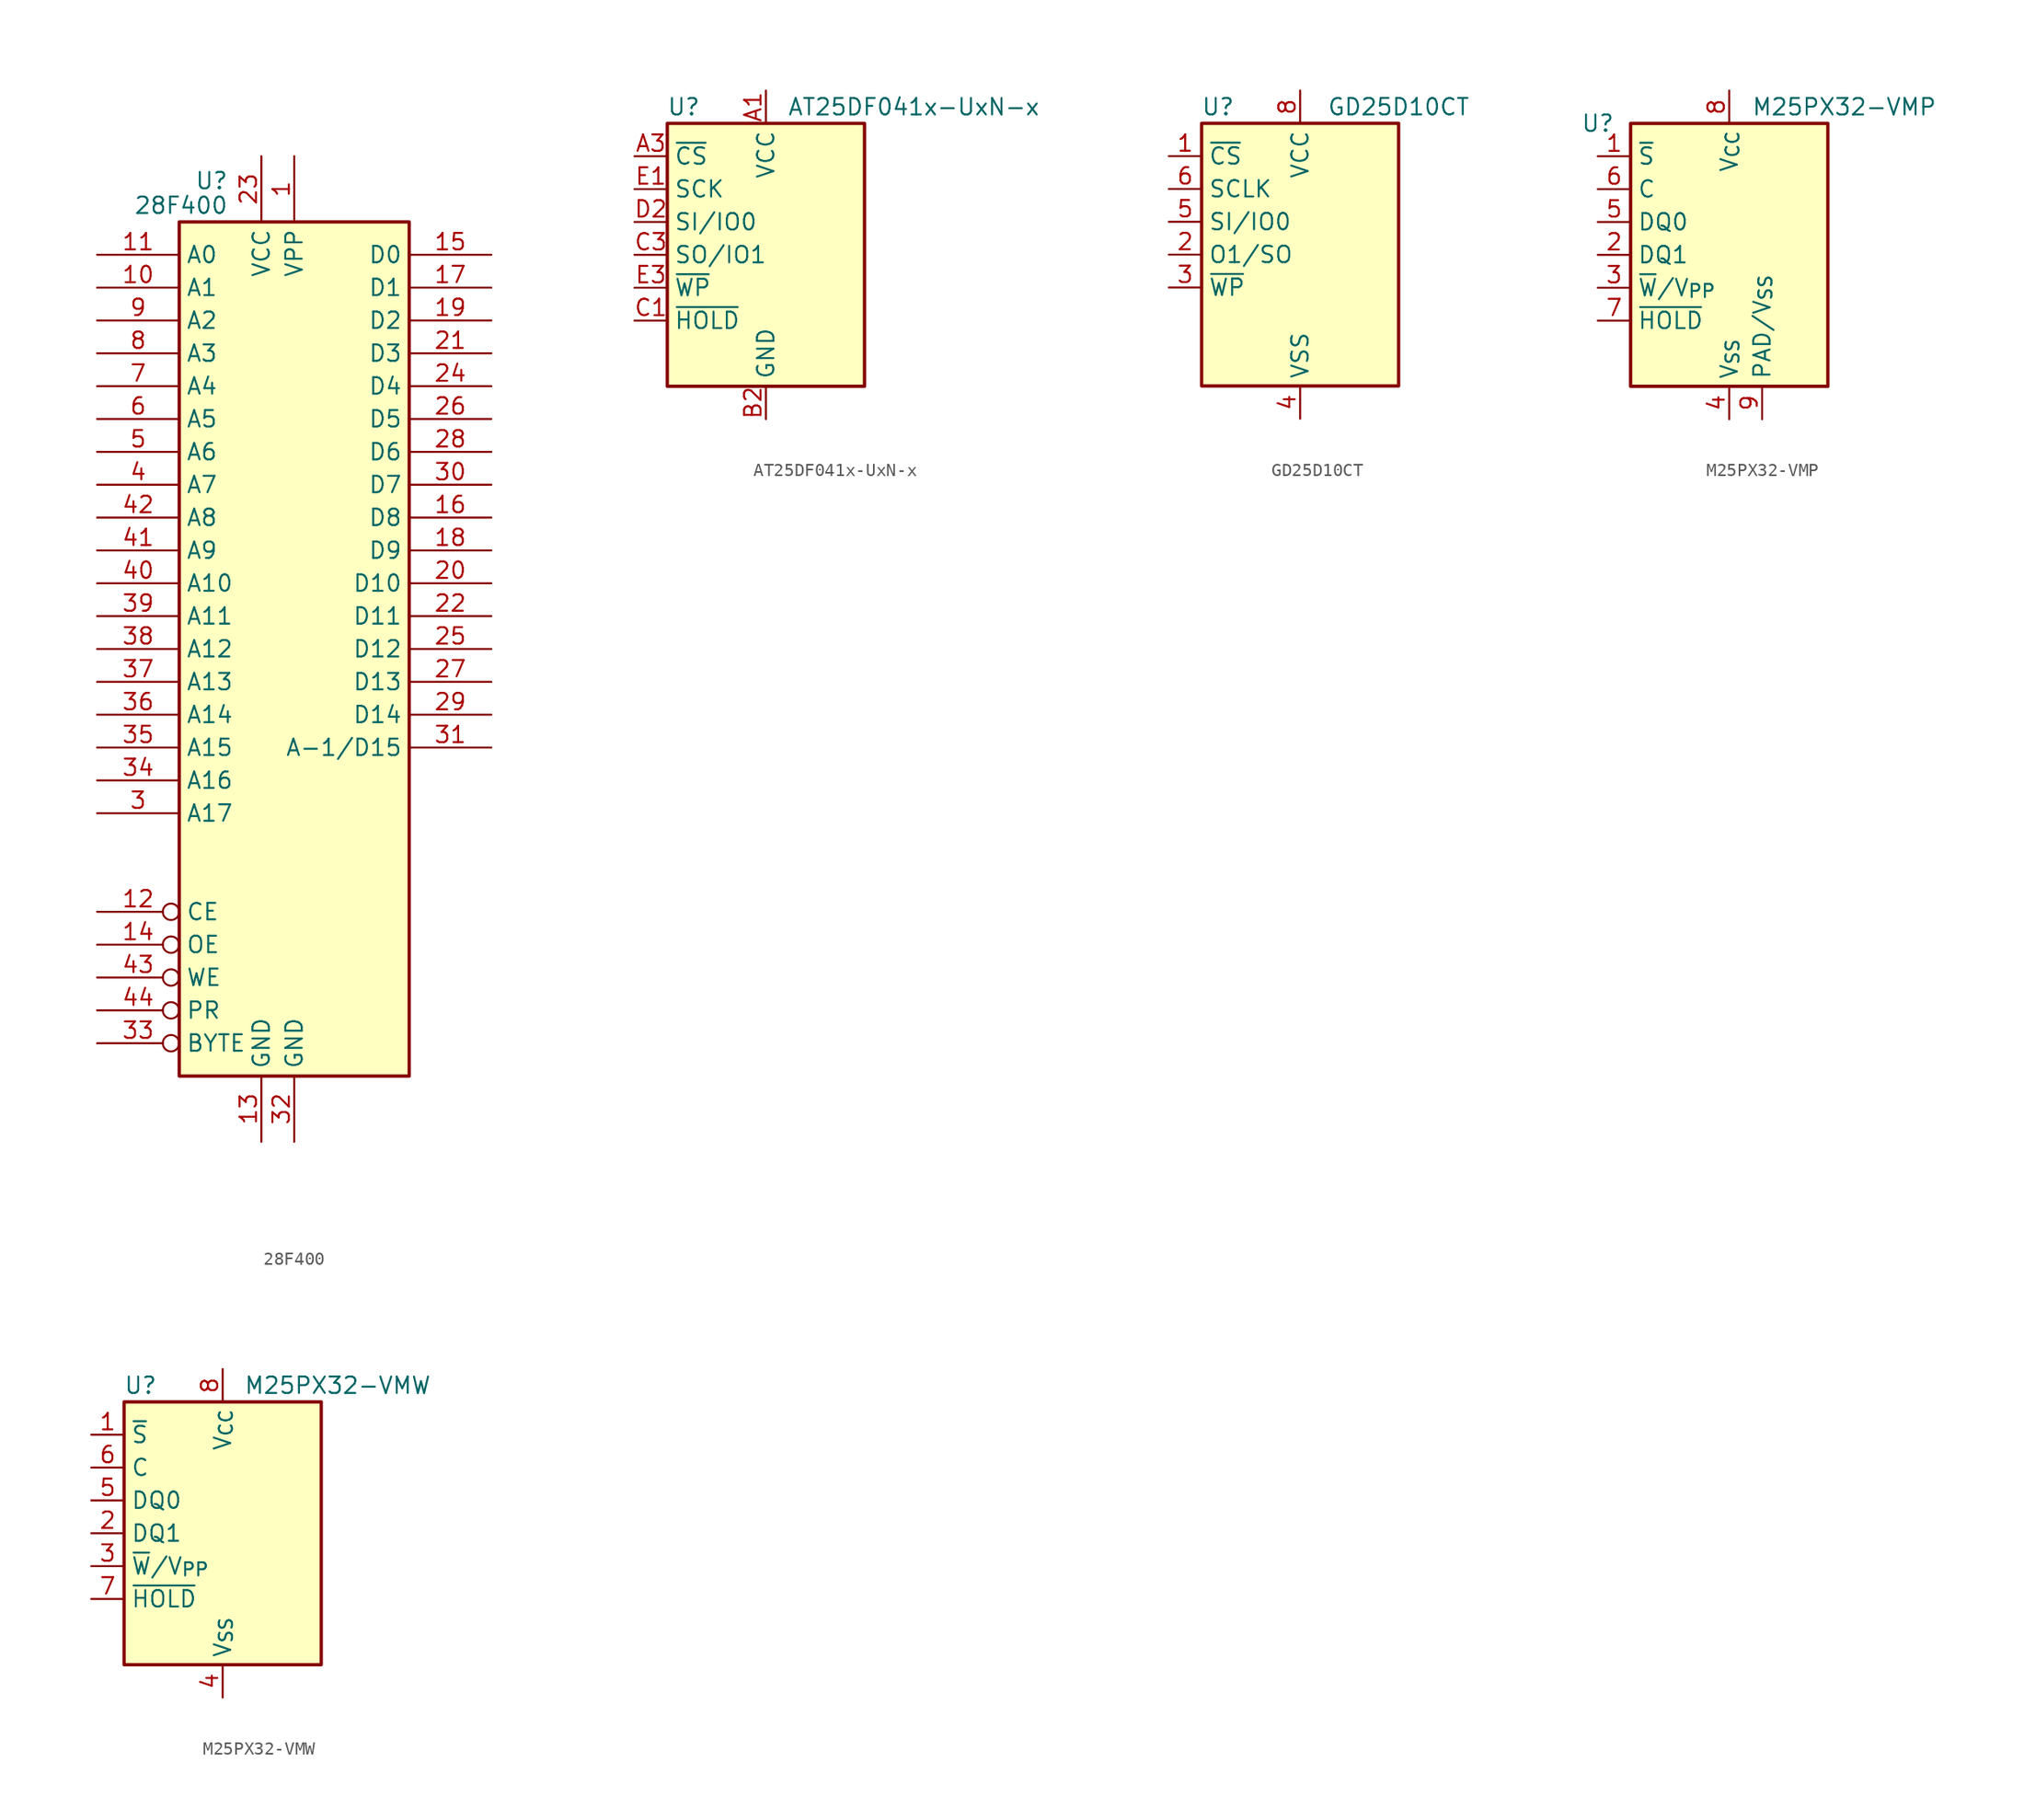
<source format=kicad_sym>
(kicad_symbol_lib
  (version 20211014)
  (generator kicad_symbol_editor)
  (symbol "28F400"
    (property "Reference" "U"
      (at -5.08 36.195 0)
      (effects (font (size 1.27 1.27)) (justify right)))
    (property "Value" "28F400"
      (at -5.08 34.29 0)
      (effects (font (size 1.27 1.27)) (justify right)))
    (symbol "28F400_0_1"
      (rectangle (start -8.89 33.02) (end 8.89 -33.02) (stroke (width 0.254) (type default) (color 0 0 0 0)) (fill (type background))))
    (symbol "28F400_1_1"
      (pin power_in line (at 0 38.1 270) (length 5.08) (name "VPP" (effects (font (size 1.27 1.27)))) (number "1" (effects (font (size 1.27 1.27)))))
      (pin input line (at -15.24 27.94 0) (length 6.35) (name "A1" (effects (font (size 1.27 1.27)))) (number "10" (effects (font (size 1.27 1.27)))))
      (pin input line (at -15.24 30.48 0) (length 6.35) (name "A0" (effects (font (size 1.27 1.27)))) (number "11" (effects (font (size 1.27 1.27)))))
      (pin input inverted (at -15.24 -20.32 0) (length 6.35) (name "CE" (effects (font (size 1.27 1.27)))) (number "12" (effects (font (size 1.27 1.27)))))
      (pin power_in line (at -2.54 -38.1 90) (length 5.08) (name "GND" (effects (font (size 1.27 1.27)))) (number "13" (effects (font (size 1.27 1.27)))))
      (pin input inverted (at -15.24 -22.86 0) (length 6.35) (name "OE" (effects (font (size 1.27 1.27)))) (number "14" (effects (font (size 1.27 1.27)))))
      (pin tri_state line (at 15.24 30.48 180) (length 6.35) (name "D0" (effects (font (size 1.27 1.27)))) (number "15" (effects (font (size 1.27 1.27)))))
      (pin tri_state line (at 15.24 10.16 180) (length 6.35) (name "D8" (effects (font (size 1.27 1.27)))) (number "16" (effects (font (size 1.27 1.27)))))
      (pin tri_state line (at 15.24 27.94 180) (length 6.35) (name "D1" (effects (font (size 1.27 1.27)))) (number "17" (effects (font (size 1.27 1.27)))))
      (pin tri_state line (at 15.24 7.62 180) (length 6.35) (name "D9" (effects (font (size 1.27 1.27)))) (number "18" (effects (font (size 1.27 1.27)))))
      (pin tri_state line (at 15.24 25.4 180) (length 6.35) (name "D2" (effects (font (size 1.27 1.27)))) (number "19" (effects (font (size 1.27 1.27)))))
      (pin no_connect line (at 8.89 -30.48 180) (length 6.35) hide (name "DU" (effects (font (size 1.27 1.27)))) (number "2" (effects (font (size 1.27 1.27)))))
      (pin tri_state line (at 15.24 5.08 180) (length 6.35) (name "D10" (effects (font (size 1.27 1.27)))) (number "20" (effects (font (size 1.27 1.27)))))
      (pin tri_state line (at 15.24 22.86 180) (length 6.35) (name "D3" (effects (font (size 1.27 1.27)))) (number "21" (effects (font (size 1.27 1.27)))))
      (pin tri_state line (at 15.24 2.54 180) (length 6.35) (name "D11" (effects (font (size 1.27 1.27)))) (number "22" (effects (font (size 1.27 1.27)))))
      (pin power_in line (at -2.54 38.1 270) (length 5.08) (name "VCC" (effects (font (size 1.27 1.27)))) (number "23" (effects (font (size 1.27 1.27)))))
      (pin tri_state line (at 15.24 20.32 180) (length 6.35) (name "D4" (effects (font (size 1.27 1.27)))) (number "24" (effects (font (size 1.27 1.27)))))
      (pin tri_state line (at 15.24 0 180) (length 6.35) (name "D12" (effects (font (size 1.27 1.27)))) (number "25" (effects (font (size 1.27 1.27)))))
      (pin tri_state line (at 15.24 17.78 180) (length 6.35) (name "D5" (effects (font (size 1.27 1.27)))) (number "26" (effects (font (size 1.27 1.27)))))
      (pin tri_state line (at 15.24 -2.54 180) (length 6.35) (name "D13" (effects (font (size 1.27 1.27)))) (number "27" (effects (font (size 1.27 1.27)))))
      (pin tri_state line (at 15.24 15.24 180) (length 6.35) (name "D6" (effects (font (size 1.27 1.27)))) (number "28" (effects (font (size 1.27 1.27)))))
      (pin tri_state line (at 15.24 -5.08 180) (length 6.35) (name "D14" (effects (font (size 1.27 1.27)))) (number "29" (effects (font (size 1.27 1.27)))))
      (pin input line (at -15.24 -12.7 0) (length 6.35) (name "A17" (effects (font (size 1.27 1.27)))) (number "3" (effects (font (size 1.27 1.27)))))
      (pin tri_state line (at 15.24 12.7 180) (length 6.35) (name "D7" (effects (font (size 1.27 1.27)))) (number "30" (effects (font (size 1.27 1.27)))))
      (pin tri_state line (at 15.24 -7.62 180) (length 6.35) (name "A-1/D15" (effects (font (size 1.27 1.27)))) (number "31" (effects (font (size 1.27 1.27)))))
      (pin power_in line (at 0 -38.1 90) (length 5.08) (name "GND" (effects (font (size 1.27 1.27)))) (number "32" (effects (font (size 1.27 1.27)))))
      (pin input inverted (at -15.24 -30.48 0) (length 6.35) (name "BYTE" (effects (font (size 1.27 1.27)))) (number "33" (effects (font (size 1.27 1.27)))))
      (pin input line (at -15.24 -10.16 0) (length 6.35) (name "A16" (effects (font (size 1.27 1.27)))) (number "34" (effects (font (size 1.27 1.27)))))
      (pin input line (at -15.24 -7.62 0) (length 6.35) (name "A15" (effects (font (size 1.27 1.27)))) (number "35" (effects (font (size 1.27 1.27)))))
      (pin input line (at -15.24 -5.08 0) (length 6.35) (name "A14" (effects (font (size 1.27 1.27)))) (number "36" (effects (font (size 1.27 1.27)))))
      (pin input line (at -15.24 -2.54 0) (length 6.35) (name "A13" (effects (font (size 1.27 1.27)))) (number "37" (effects (font (size 1.27 1.27)))))
      (pin input line (at -15.24 0 0) (length 6.35) (name "A12" (effects (font (size 1.27 1.27)))) (number "38" (effects (font (size 1.27 1.27)))))
      (pin input line (at -15.24 2.54 0) (length 6.35) (name "A11" (effects (font (size 1.27 1.27)))) (number "39" (effects (font (size 1.27 1.27)))))
      (pin input line (at -15.24 12.7 0) (length 6.35) (name "A7" (effects (font (size 1.27 1.27)))) (number "4" (effects (font (size 1.27 1.27)))))
      (pin input line (at -15.24 5.08 0) (length 6.35) (name "A10" (effects (font (size 1.27 1.27)))) (number "40" (effects (font (size 1.27 1.27)))))
      (pin input line (at -15.24 7.62 0) (length 6.35) (name "A9" (effects (font (size 1.27 1.27)))) (number "41" (effects (font (size 1.27 1.27)))))
      (pin input line (at -15.24 10.16 0) (length 6.35) (name "A8" (effects (font (size 1.27 1.27)))) (number "42" (effects (font (size 1.27 1.27)))))
      (pin input inverted (at -15.24 -25.4 0) (length 6.35) (name "WE" (effects (font (size 1.27 1.27)))) (number "43" (effects (font (size 1.27 1.27)))))
      (pin input inverted (at -15.24 -27.94 0) (length 6.35) (name "PR" (effects (font (size 1.27 1.27)))) (number "44" (effects (font (size 1.27 1.27)))))
      (pin input line (at -15.24 15.24 0) (length 6.35) (name "A6" (effects (font (size 1.27 1.27)))) (number "5" (effects (font (size 1.27 1.27)))))
      (pin input line (at -15.24 17.78 0) (length 6.35) (name "A5" (effects (font (size 1.27 1.27)))) (number "6" (effects (font (size 1.27 1.27)))))
      (pin input line (at -15.24 20.32 0) (length 6.35) (name "A4" (effects (font (size 1.27 1.27)))) (number "7" (effects (font (size 1.27 1.27)))))
      (pin input line (at -15.24 22.86 0) (length 6.35) (name "A3" (effects (font (size 1.27 1.27)))) (number "8" (effects (font (size 1.27 1.27)))))
      (pin input line (at -15.24 25.4 0) (length 6.35) (name "A2" (effects (font (size 1.27 1.27)))) (number "9" (effects (font (size 1.27 1.27)))))))
  (symbol "AT25DF041x-UxN-x"
    (property "Reference" "U"
      (at -6.35 11.43 0)
      (effects (font (size 1.27 1.27))))
    (property "Value" "AT25DF041x-UxN-x"
      (at 11.43 11.43 0)
      (effects (font (size 1.27 1.27))))
    (symbol "AT25DF041x-UxN-x_0_1"
      (rectangle (start -7.62 10.16) (end 7.62 -10.16) (stroke (width 0.254) (type default) (color 0 0 0 0)) (fill (type background))))
    (symbol "AT25DF041x-UxN-x_1_1"
      (pin power_in line (at 0 12.7 270) (length 2.54) (name "VCC" (effects (font (size 1.27 1.27)))) (number "A1" (effects (font (size 1.27 1.27)))))
      (pin input line (at -10.16 7.62 0) (length 2.54) (name "~{CS}" (effects (font (size 1.27 1.27)))) (number "A3" (effects (font (size 1.27 1.27)))))
      (pin power_in line (at 0 -12.7 90) (length 2.54) (name "GND" (effects (font (size 1.27 1.27)))) (number "B2" (effects (font (size 1.27 1.27)))))
      (pin bidirectional line (at -10.16 -5.08 0) (length 2.54) (name "~{HOLD}" (effects (font (size 1.27 1.27)))) (number "C1" (effects (font (size 1.27 1.27)))))
      (pin bidirectional line (at -10.16 0 0) (length 2.54) (name "SO/IO1" (effects (font (size 1.27 1.27)))) (number "C3" (effects (font (size 1.27 1.27)))))
      (pin bidirectional line (at -10.16 2.54 0) (length 2.54) (name "SI/IO0" (effects (font (size 1.27 1.27)))) (number "D2" (effects (font (size 1.27 1.27)))))
      (pin input line (at -10.16 5.08 0) (length 2.54) (name "SCK" (effects (font (size 1.27 1.27)))) (number "E1" (effects (font (size 1.27 1.27)))))
      (pin bidirectional line (at -10.16 -2.54 0) (length 2.54) (name "~{WP}" (effects (font (size 1.27 1.27)))) (number "E3" (effects (font (size 1.27 1.27)))))))
  (symbol "GD25D10CT"
    (property "Reference" "U"
      (at -6.35 11.43 0)
      (effects (font (size 1.27 1.27))))
    (property "Value" "GD25D10CT"
      (at 7.62 11.43 0)
      (effects (font (size 1.27 1.27))))
    (symbol "GD25D10CT_0_1"
      (rectangle (start -7.62 10.16) (end 7.62 -10.16) (stroke (width 0.254) (type default) (color 0 0 0 0)) (fill (type background))))
    (symbol "GD25D10CT_1_1"
      (pin input line (at -10.16 7.62 0) (length 2.54) (name "~{CS}" (effects (font (size 1.27 1.27)))) (number "1" (effects (font (size 1.27 1.27)))))
      (pin output line (at -10.16 0 0) (length 2.54) (name "O1/SO" (effects (font (size 1.27 1.27)))) (number "2" (effects (font (size 1.27 1.27)))))
      (pin input line (at -10.16 -2.54 0) (length 2.54) (name "~{WP}" (effects (font (size 1.27 1.27)))) (number "3" (effects (font (size 1.27 1.27)))))
      (pin power_in line (at 0 -12.7 90) (length 2.54) (name "VSS" (effects (font (size 1.27 1.27)))) (number "4" (effects (font (size 1.27 1.27)))))
      (pin bidirectional line (at -10.16 2.54 0) (length 2.54) (name "SI/IO0" (effects (font (size 1.27 1.27)))) (number "5" (effects (font (size 1.27 1.27)))))
      (pin input line (at -10.16 5.08 0) (length 2.54) (name "SCLK" (effects (font (size 1.27 1.27)))) (number "6" (effects (font (size 1.27 1.27)))))
      (pin no_connect line (at -7.62 -5.08 0) (length 2.54) hide (name "NC" (effects (font (size 1.27 1.27)))) (number "7" (effects (font (size 1.27 1.27)))))
      (pin power_in line (at 0 12.7 270) (length 2.54) (name "VCC" (effects (font (size 1.27 1.27)))) (number "8" (effects (font (size 1.27 1.27)))))))
  (symbol "M25PX32-VMP"
    (property "Reference" "U"
      (at -10.16 10.16 0)
      (effects (font (size 1.27 1.27))))
    (property "Value" "M25PX32-VMP"
      (at 8.89 11.43 0)
      (effects (font (size 1.27 1.27))))
    (symbol "M25PX32-VMP_0_1"
      (rectangle (start -7.62 10.16) (end 7.62 -10.16) (stroke (width 0.254) (type default) (color 0 0 0 0)) (fill (type background))))
    (symbol "M25PX32-VMP_1_1"
      (pin input line (at -10.16 7.62 0) (length 2.54) (name "~{S}" (effects (font (size 1.27 1.27)))) (number "1" (effects (font (size 1.27 1.27)))))
      (pin bidirectional line (at -10.16 0 0) (length 2.54) (name "DQ1" (effects (font (size 1.27 1.27)))) (number "2" (effects (font (size 1.27 1.27)))))
      (pin input line (at -10.16 -2.54 0) (length 2.54) (name "~{W}/V_{PP}" (effects (font (size 1.27 1.27)))) (number "3" (effects (font (size 1.27 1.27)))))
      (pin power_in line (at 0 -12.7 90) (length 2.54) (name "V_{SS}" (effects (font (size 1.27 1.27)))) (number "4" (effects (font (size 1.27 1.27)))))
      (pin bidirectional line (at -10.16 2.54 0) (length 2.54) (name "DQ0" (effects (font (size 1.27 1.27)))) (number "5" (effects (font (size 1.27 1.27)))))
      (pin input line (at -10.16 5.08 0) (length 2.54) (name "C" (effects (font (size 1.27 1.27)))) (number "6" (effects (font (size 1.27 1.27)))))
      (pin input line (at -10.16 -5.08 0) (length 2.54) (name "~{HOLD}" (effects (font (size 1.27 1.27)))) (number "7" (effects (font (size 1.27 1.27)))))
      (pin power_in line (at 0 12.7 270) (length 2.54) (name "V_{CC}" (effects (font (size 1.27 1.27)))) (number "8" (effects (font (size 1.27 1.27)))))
      (pin power_in line (at 2.54 -12.7 90) (length 2.54) (name "PAD/V_{SS}" (effects (font (size 1.27 1.27)))) (number "9" (effects (font (size 1.27 1.27)))))))
  (symbol "M25PX32-VMW"
    (property "Reference" "U"
      (at -6.35 11.43 0)
      (effects (font (size 1.27 1.27))))
    (property "Value" "M25PX32-VMW"
      (at 8.89 11.43 0)
      (effects (font (size 1.27 1.27))))
    (symbol "M25PX32-VMW_0_1"
      (rectangle (start -7.62 10.16) (end 7.62 -10.16) (stroke (width 0.254) (type default) (color 0 0 0 0)) (fill (type background))))
    (symbol "M25PX32-VMW_1_1"
      (pin input line (at -10.16 7.62 0) (length 2.54) (name "~{S}" (effects (font (size 1.27 1.27)))) (number "1" (effects (font (size 1.27 1.27)))))
      (pin bidirectional line (at -10.16 0 0) (length 2.54) (name "DQ1" (effects (font (size 1.27 1.27)))) (number "2" (effects (font (size 1.27 1.27)))))
      (pin input line (at -10.16 -2.54 0) (length 2.54) (name "~{W}/V_{PP}" (effects (font (size 1.27 1.27)))) (number "3" (effects (font (size 1.27 1.27)))))
      (pin power_in line (at 0 -12.7 90) (length 2.54) (name "V_{SS}" (effects (font (size 1.27 1.27)))) (number "4" (effects (font (size 1.27 1.27)))))
      (pin bidirectional line (at -10.16 2.54 0) (length 2.54) (name "DQ0" (effects (font (size 1.27 1.27)))) (number "5" (effects (font (size 1.27 1.27)))))
      (pin input line (at -10.16 5.08 0) (length 2.54) (name "C" (effects (font (size 1.27 1.27)))) (number "6" (effects (font (size 1.27 1.27)))))
      (pin input line (at -10.16 -5.08 0) (length 2.54) (name "~{HOLD}" (effects (font (size 1.27 1.27)))) (number "7" (effects (font (size 1.27 1.27)))))
      (pin power_in line (at 0 12.7 270) (length 2.54) (name "V_{CC}" (effects (font (size 1.27 1.27)))) (number "8" (effects (font (size 1.27 1.27))))))))
</source>
